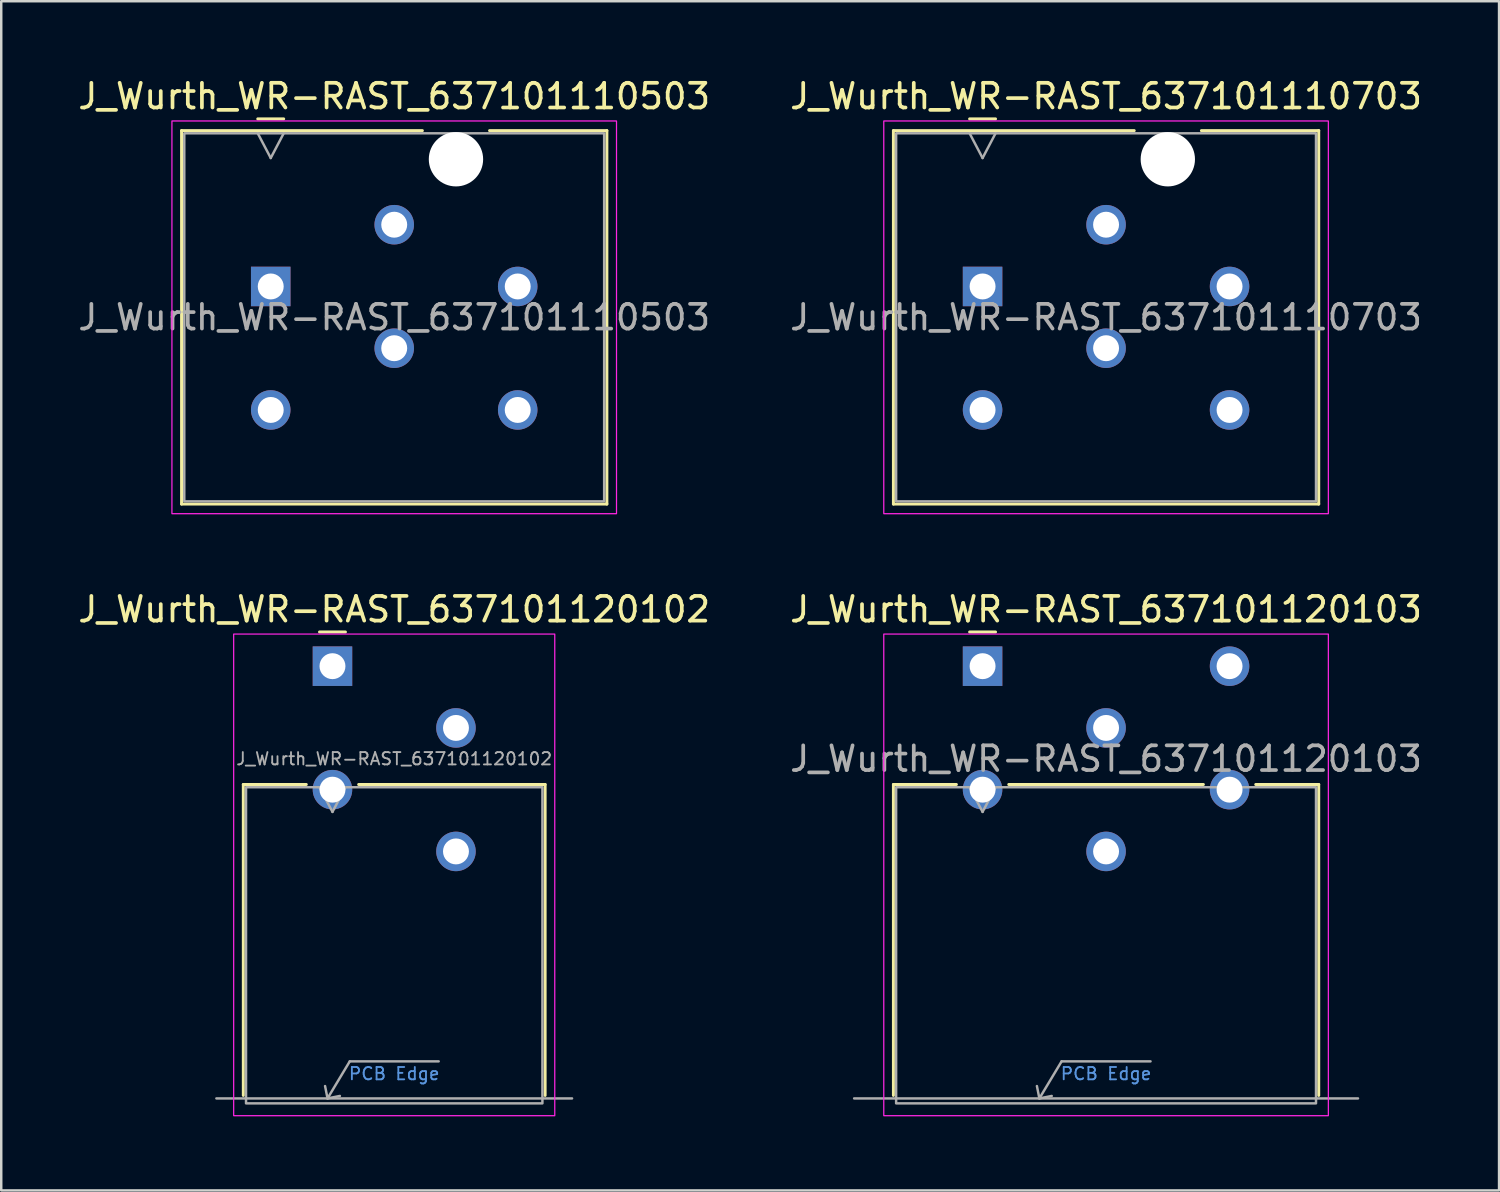
<source format=kicad_pcb>
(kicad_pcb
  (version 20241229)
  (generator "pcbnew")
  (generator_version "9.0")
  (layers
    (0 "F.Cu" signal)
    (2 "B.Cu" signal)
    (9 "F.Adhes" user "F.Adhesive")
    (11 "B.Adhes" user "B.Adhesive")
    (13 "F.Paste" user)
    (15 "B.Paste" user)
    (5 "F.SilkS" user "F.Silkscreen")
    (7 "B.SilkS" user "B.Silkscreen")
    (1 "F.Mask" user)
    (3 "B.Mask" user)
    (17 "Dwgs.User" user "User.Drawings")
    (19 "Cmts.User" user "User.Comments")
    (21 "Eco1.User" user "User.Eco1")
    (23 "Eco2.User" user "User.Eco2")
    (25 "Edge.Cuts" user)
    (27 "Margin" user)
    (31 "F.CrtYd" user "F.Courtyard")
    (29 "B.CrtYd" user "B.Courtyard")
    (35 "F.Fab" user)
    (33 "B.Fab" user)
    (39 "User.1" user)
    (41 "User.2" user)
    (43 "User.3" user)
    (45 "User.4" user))
  (footprint "J_Wurth_WR-RAST_637101110503"
    (layer "F.Cu")
    (at 7.911 8.548)
    (property "Reference" "J_Wurth_WR-RAST_637101110503" (at 5 -7.7 0) (unlocked yes) (layer "F.SilkS") (effects (font (size 1 1) (thickness 0.15))))
    (attr smd)
    (fp_line (start -3.61 -6.31) (end -3.61 8.81) (stroke (width 0.12) (type default)) (layer "F.SilkS"))
    (fp_line (start -3.61 -6.31) (end 6.14 -6.31) (stroke (width 0.12) (type default)) (layer "F.SilkS"))
    (fp_line (start -3.61 8.81) (end 13.61 8.81) (stroke (width 0.12) (type default)) (layer "F.SilkS"))
    (fp_line (start -0.525 -6.785) (end 0.525 -6.785) (stroke (width 0.12) (type default)) (layer "F.SilkS"))
    (fp_line (start 13.61 -6.31) (end 8.86 -6.31) (stroke (width 0.12) (type default)) (layer "F.SilkS"))
    (fp_line (start 13.61 -6.31) (end 13.61 8.81) (stroke (width 0.12) (type default)) (layer "F.SilkS"))
    (fp_rect (start -4 -6.7) (end 14 9.2) (stroke (width 0.05) (type default)) (fill no) (layer "F.CrtYd"))
    (fp_line (start -0.525 -6.2) (end 0 -5.2) (stroke (width 0.1) (type default)) (layer "F.Fab"))
    (fp_line (start 0.525 -6.2) (end 0 -5.2) (stroke (width 0.1) (type default)) (layer "F.Fab"))
    (fp_rect (start -3.5 -6.2) (end 13.5 8.7) (stroke (width 0.1) (type default)) (fill no) (layer "F.Fab"))
    (fp_text user "${REFERENCE}" (at 5 1.25 0) (unlocked yes) (layer "F.Fab") (effects (font (size 1 1) (thickness 0.15))))
    (pad "" np_thru_hole circle (at 7.5 -5.15) (size 2.2 2.2) (drill 2.2) (layers "*.Cu" "*.Mask"))
    (pad "1" thru_hole rect (at 0 0) (size 1.6 1.6) (drill 1.05) (layers "*.Cu" "*.Mask"))
    (pad "2" thru_hole circle (at 5 -2.5) (size 1.6 1.6) (drill 1.05) (layers "*.Cu" "*.Mask"))
    (pad "3" thru_hole circle (at 10 0) (size 1.6 1.6) (drill 1.05) (layers "*.Cu" "*.Mask"))
    (pad "A1" thru_hole circle (at 0 5) (size 1.6 1.6) (drill 1.05) (layers "*.Cu" "*.Mask"))
    (pad "A2" thru_hole circle (at 5 2.5) (size 1.6 1.6) (drill 1.05) (layers "*.Cu" "*.Mask"))
    (pad "A3" thru_hole circle (at 10 5) (size 1.6 1.6) (drill 1.05) (layers "*.Cu" "*.Mask")))
  (footprint "J_Wurth_WR-RAST_637101120103"
    (layer "F.Cu")
    (at 36.732 23.922)
    (property "Reference" "J_Wurth_WR-RAST_637101120103" (at 5 -2.3 0) (unlocked yes) (layer "F.SilkS") (effects (font (size 1 1) (thickness 0.15))))
    (attr smd)
    (fp_line (start -3.61 4.79) (end -3.61 17.38) (stroke (width 0.12) (type default)) (layer "F.SilkS"))
    (fp_line (start -3.61 4.79) (end -1.06 4.79) (stroke (width 0.12) (type default)) (layer "F.SilkS"))
    (fp_line (start -0.525 -1.385) (end 0.525 -1.385) (stroke (width 0.12) (type default)) (layer "F.SilkS"))
    (fp_line (start 1.06 4.79) (end 8.94 4.79) (stroke (width 0.12) (type default)) (layer "F.SilkS"))
    (fp_line (start 13.61 4.79) (end 11.06 4.79) (stroke (width 0.12) (type default)) (layer "F.SilkS"))
    (fp_line (start 13.61 4.79) (end 13.61 17.38) (stroke (width 0.12) (type default)) (layer "F.SilkS"))
    (fp_rect (start -4 -1.3) (end 14 18.2) (stroke (width 0.05) (type default)) (fill no) (layer "F.CrtYd"))
    (fp_line (start -5.2 17.5) (end 15.2 17.5) (stroke (width 0.1) (type default)) (layer "F.Fab"))
    (fp_line (start -0.525 4.9) (end 0 5.9) (stroke (width 0.1) (type default)) (layer "F.Fab"))
    (fp_line (start 0.525 4.9) (end 0 5.9) (stroke (width 0.1) (type default)) (layer "F.Fab"))
    (fp_line (start 2.3 17.5) (end 2.2 17) (stroke (width 0.1) (type default)) (layer "F.Fab"))
    (fp_line (start 2.3 17.5) (end 2.8 17.4) (stroke (width 0.1) (type default)) (layer "F.Fab"))
    (fp_line (start 2.3 17.5) (end 3.2 16) (stroke (width 0.1) (type default)) (layer "F.Fab"))
    (fp_line (start 3.2 16) (end 6.8 16) (stroke (width 0.1) (type default)) (layer "F.Fab"))
    (fp_rect (start -3.5 4.9) (end 13.5 17.7) (stroke (width 0.1) (type default)) (fill no) (layer "F.Fab"))
    (fp_text user "PCB Edge" (at 5 16.5 0) (unlocked yes) (layer "Cmts.User") (effects (font (size 0.5 0.5) (thickness 0.075))))
    (fp_text user "${REFERENCE}" (at 5 3.75 0) (unlocked yes) (layer "F.Fab") (effects (font (size 1 1) (thickness 0.15))))
    (pad "1" thru_hole rect (at 0 0) (size 1.6 1.6) (drill 1.05) (layers "*.Cu" "*.Mask"))
    (pad "2" thru_hole circle (at 5 2.5) (size 1.6 1.6) (drill 1.05) (layers "*.Cu" "*.Mask"))
    (pad "3" thru_hole circle (at 10 0) (size 1.6 1.6) (drill 1.05) (layers "*.Cu" "*.Mask"))
    (pad "A1" thru_hole circle (at 0 5) (size 1.6 1.6) (drill 1.05) (layers "*.Cu" "*.Mask"))
    (pad "A2" thru_hole circle (at 5 7.5) (size 1.6 1.6) (drill 1.05) (layers "*.Cu" "*.Mask"))
    (pad "A3" thru_hole circle (at 10 5) (size 1.6 1.6) (drill 1.05) (layers "*.Cu" "*.Mask")))
  (footprint "J_Wurth_WR-RAST_637101110703"
    (layer "F.Cu")
    (at 36.732 8.548)
    (property "Reference" "J_Wurth_WR-RAST_637101110703" (at 5 -7.7 0) (unlocked yes) (layer "F.SilkS") (effects (font (size 1 1) (thickness 0.15))))
    (attr smd)
    (fp_line (start -3.61 -6.31) (end -3.61 8.81) (stroke (width 0.12) (type default)) (layer "F.SilkS"))
    (fp_line (start -3.61 -6.31) (end 6.14 -6.31) (stroke (width 0.12) (type default)) (layer "F.SilkS"))
    (fp_line (start -3.61 8.81) (end 13.61 8.81) (stroke (width 0.12) (type default)) (layer "F.SilkS"))
    (fp_line (start -0.525 -6.785) (end 0.525 -6.785) (stroke (width 0.12) (type default)) (layer "F.SilkS"))
    (fp_line (start 13.61 -6.31) (end 8.86 -6.31) (stroke (width 0.12) (type default)) (layer "F.SilkS"))
    (fp_line (start 13.61 -6.31) (end 13.61 8.81) (stroke (width 0.12) (type default)) (layer "F.SilkS"))
    (fp_rect (start -4 -6.7) (end 14 9.2) (stroke (width 0.05) (type default)) (fill no) (layer "F.CrtYd"))
    (fp_line (start -0.525 -6.2) (end 0 -5.2) (stroke (width 0.1) (type default)) (layer "F.Fab"))
    (fp_line (start 0.525 -6.2) (end 0 -5.2) (stroke (width 0.1) (type default)) (layer "F.Fab"))
    (fp_rect (start -3.5 -6.2) (end 13.5 8.7) (stroke (width 0.1) (type default)) (fill no) (layer "F.Fab"))
    (fp_text user "${REFERENCE}" (at 5 1.25 0) (unlocked yes) (layer "F.Fab") (effects (font (size 1 1) (thickness 0.15))))
    (pad "" np_thru_hole circle (at 7.5 -5.15) (size 2.2 2.2) (drill 2.2) (layers "*.Cu" "*.Mask"))
    (pad "1" thru_hole trapezoid (at 0 0) (size 1.6 1.6) (drill 1.05) (layers "*.Cu" "*.Mask"))
    (pad "2" thru_hole circle (at 5 -2.5) (size 1.6 1.6) (drill 1.05) (layers "*.Cu" "*.Mask"))
    (pad "3" thru_hole circle (at 10 0) (size 1.6 1.6) (drill 1.05) (layers "*.Cu" "*.Mask"))
    (pad "A1" thru_hole circle (at 0 5) (size 1.6 1.6) (drill 1.05) (layers "*.Cu" "*.Mask"))
    (pad "A2" thru_hole circle (at 5 2.5) (size 1.6 1.6) (drill 1.05) (layers "*.Cu" "*.Mask"))
    (pad "A3" thru_hole circle (at 10 5) (size 1.6 1.6) (drill 1.05) (layers "*.Cu" "*.Mask")))
  (footprint "J_Wurth_WR-RAST_637101120102"
    (layer "F.Cu")
    (at 10.411 23.922)
    (property "Reference" "J_Wurth_WR-RAST_637101120102" (at 2.5 -2.3 0) (unlocked yes) (layer "F.SilkS") (effects (font (size 1 1) (thickness 0.15))))
    (attr smd)
    (fp_line (start -3.61 4.79) (end -3.61 17.38) (stroke (width 0.12) (type default)) (layer "F.SilkS"))
    (fp_line (start -3.61 4.79) (end -1.06 4.79) (stroke (width 0.12) (type default)) (layer "F.SilkS"))
    (fp_line (start -0.525 -1.385) (end 0.525 -1.385) (stroke (width 0.12) (type default)) (layer "F.SilkS"))
    (fp_line (start 8.61 4.79) (end 1.06 4.79) (stroke (width 0.12) (type default)) (layer "F.SilkS"))
    (fp_line (start 8.61 4.79) (end 8.61 17.38) (stroke (width 0.12) (type default)) (layer "F.SilkS"))
    (fp_rect (start -4 -1.3) (end 9 18.2) (stroke (width 0.05) (type default)) (fill no) (layer "F.CrtYd"))
    (fp_line (start -4.7 17.5) (end 9.7 17.5) (stroke (width 0.1) (type default)) (layer "F.Fab"))
    (fp_line (start -0.525 4.9) (end 0 5.9) (stroke (width 0.1) (type default)) (layer "F.Fab"))
    (fp_line (start -0.2 17.5) (end -0.3 17) (stroke (width 0.1) (type default)) (layer "F.Fab"))
    (fp_line (start -0.2 17.5) (end 0.3 17.4) (stroke (width 0.1) (type default)) (layer "F.Fab"))
    (fp_line (start -0.2 17.5) (end 0.7 16) (stroke (width 0.1) (type default)) (layer "F.Fab"))
    (fp_line (start 0.525 4.9) (end 0 5.9) (stroke (width 0.1) (type default)) (layer "F.Fab"))
    (fp_line (start 0.7 16) (end 4.3 16) (stroke (width 0.1) (type default)) (layer "F.Fab"))
    (fp_rect (start -3.5 4.9) (end 8.5 17.7) (stroke (width 0.1) (type default)) (fill no) (layer "F.Fab"))
    (fp_text user "PCB Edge" (at 2.5 16.5 0) (unlocked yes) (layer "Cmts.User") (effects (font (size 0.5 0.5) (thickness 0.075))))
    (fp_text user "${REFERENCE}" (at 2.5 3.75 0) (unlocked yes) (layer "F.Fab") (effects (font (size 0.5 0.5) (thickness 0.075))))
    (pad "1" thru_hole rect (at 0 0) (size 1.6 1.6) (drill 1.05) (layers "*.Cu" "*.Mask"))
    (pad "2" thru_hole circle (at 5 2.5) (size 1.6 1.6) (drill 1.05) (layers "*.Cu" "*.Mask"))
    (pad "A1" thru_hole circle (at 0 5) (size 1.6 1.6) (drill 1.05) (layers "*.Cu" "*.Mask"))
    (pad "A2" thru_hole circle (at 5 7.5) (size 1.6 1.6) (drill 1.05) (layers "*.Cu" "*.Mask")))
  (gr_rect
    (start -3 -3)
    (end 57.643 45.147)
    (stroke (width 0.1) (type default))
    (fill no)
    (layer "Edge.Cuts")))
</source>
